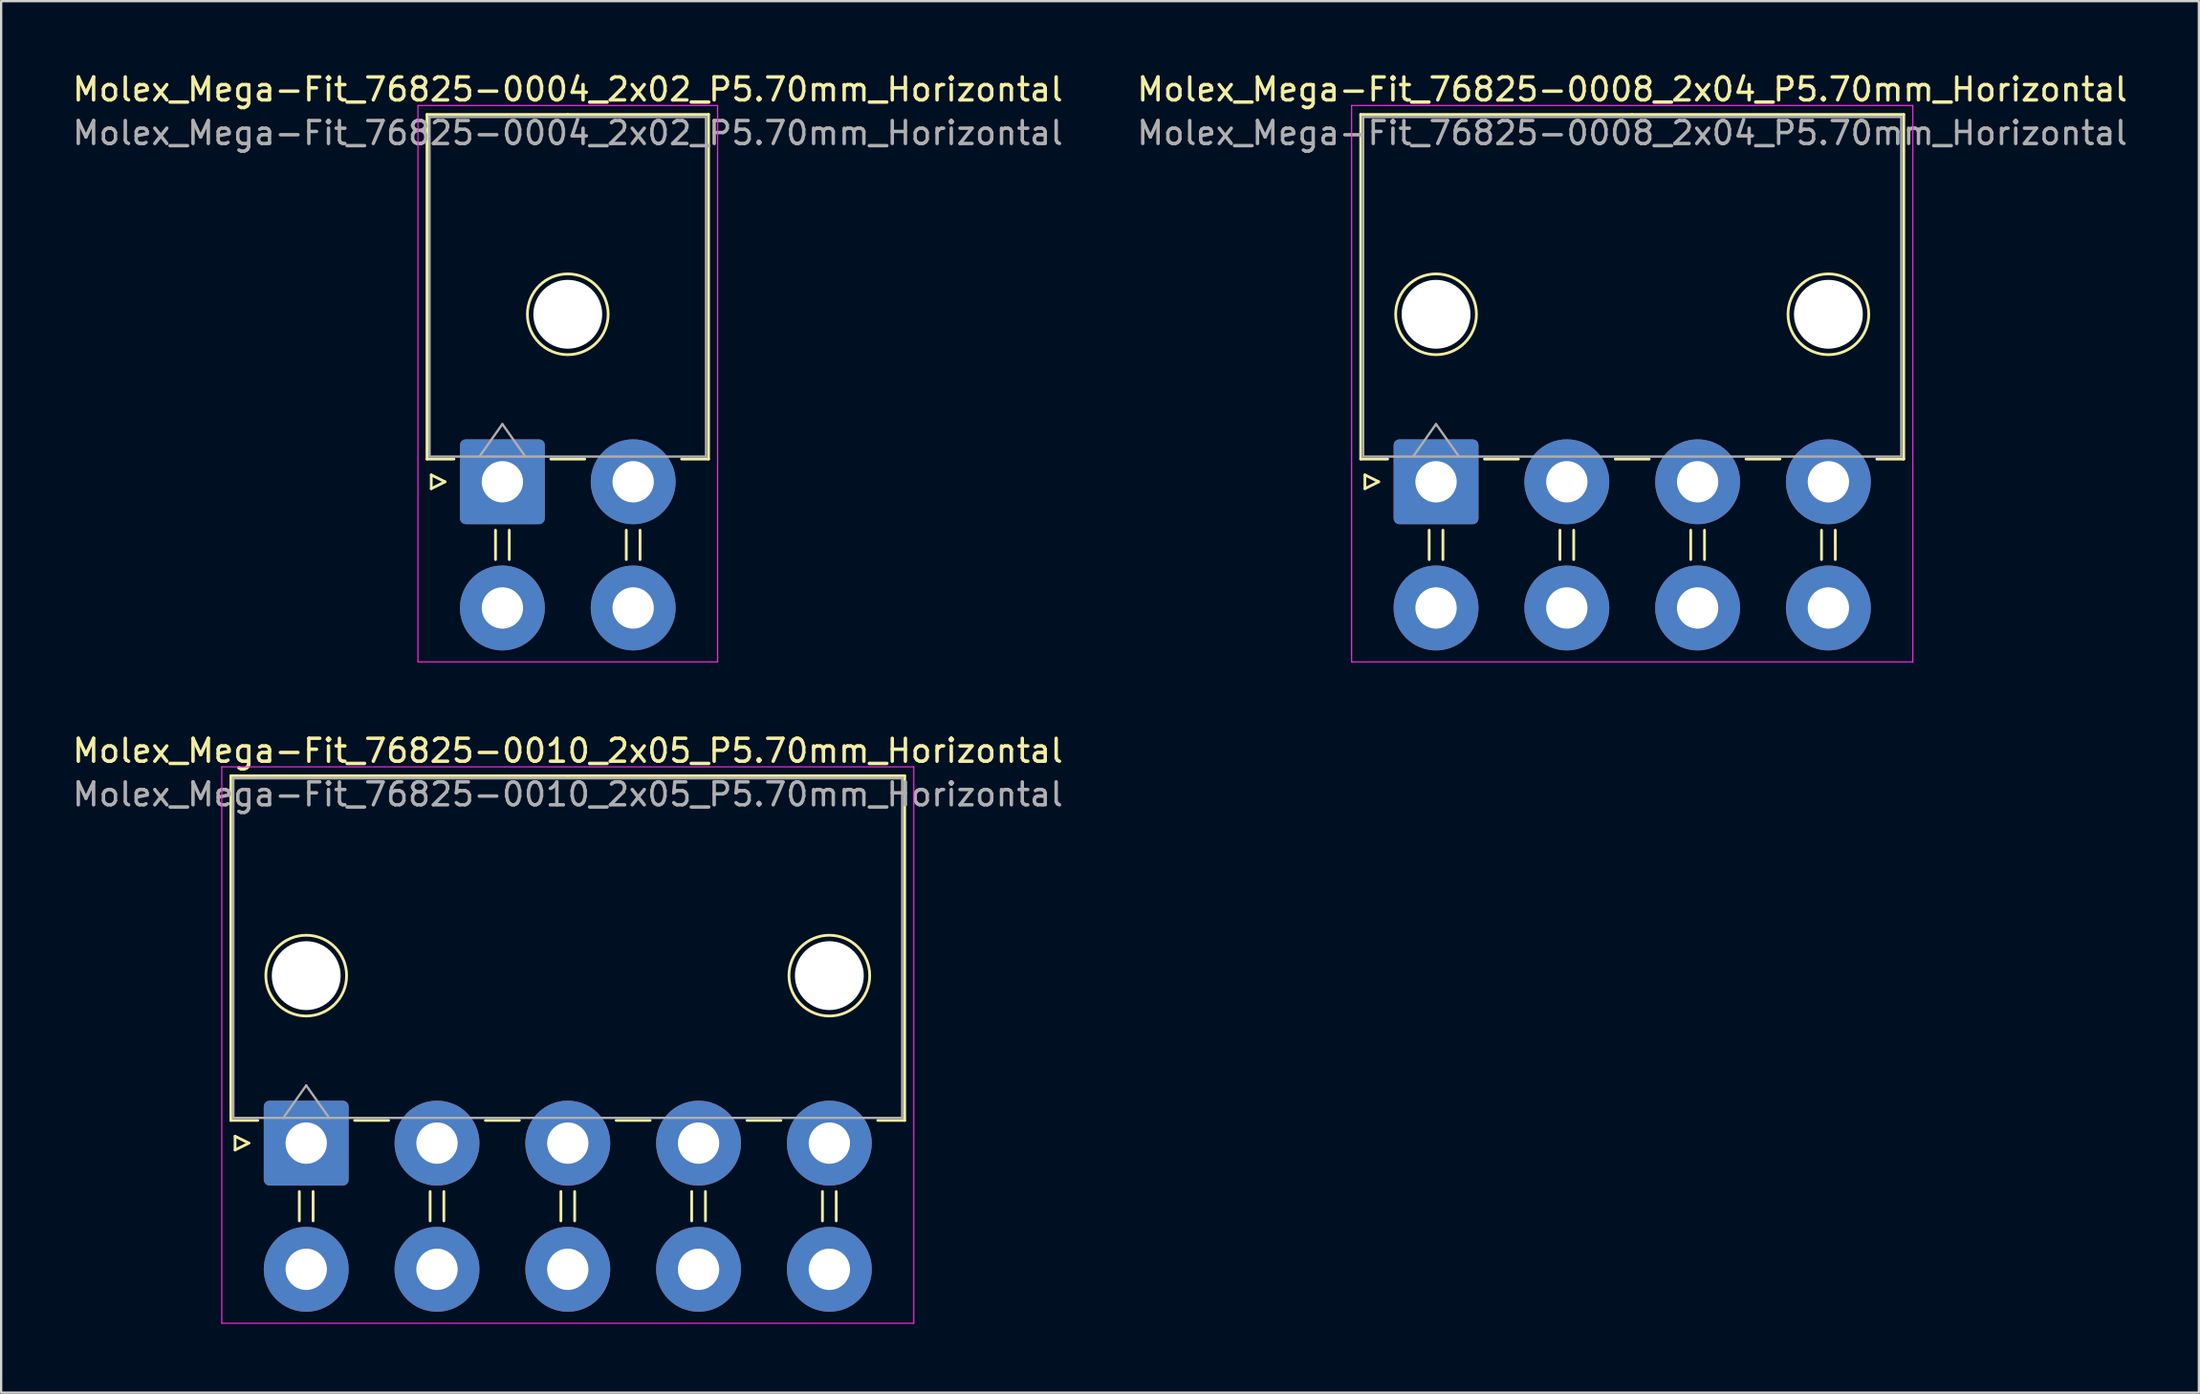
<source format=kicad_pcb>
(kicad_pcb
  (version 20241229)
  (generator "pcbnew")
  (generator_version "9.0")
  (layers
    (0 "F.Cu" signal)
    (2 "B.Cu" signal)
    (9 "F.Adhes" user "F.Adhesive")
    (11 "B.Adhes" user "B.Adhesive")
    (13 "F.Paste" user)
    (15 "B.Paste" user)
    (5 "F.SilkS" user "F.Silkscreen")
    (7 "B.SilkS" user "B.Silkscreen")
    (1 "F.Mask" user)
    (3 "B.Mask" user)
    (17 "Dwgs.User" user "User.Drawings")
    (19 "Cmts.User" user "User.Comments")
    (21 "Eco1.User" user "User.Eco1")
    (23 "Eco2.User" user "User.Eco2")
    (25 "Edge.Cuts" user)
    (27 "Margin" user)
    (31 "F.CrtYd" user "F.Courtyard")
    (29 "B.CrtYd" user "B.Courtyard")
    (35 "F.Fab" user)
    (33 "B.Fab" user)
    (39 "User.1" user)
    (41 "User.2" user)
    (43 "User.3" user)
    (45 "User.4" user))
  (footprint "Molex_Mega-Fit_76825-0010_2x05_P5.70mm_Horizontal"
    (layer "F.Cu")
    (at 10.296 46.772)
    (property "Reference" "Molex_Mega-Fit_76825-0010_2x05_P5.70mm_Horizontal" (at 11.4 -17.1 0) (layer "F.SilkS") (effects (font (size 1 1) (thickness 0.15))))
    (attr through_hole)
    (fp_line (start -3.285 -16.01) (end -3.285 -0.99) (stroke (width 0.12) (type solid)) (layer "F.SilkS"))
    (fp_line (start -3.285 -0.99) (end -2.11 -0.99) (stroke (width 0.12) (type solid)) (layer "F.SilkS"))
    (fp_line (start -3.1 -0.3) (end -2.5 0) (stroke (width 0.12) (type solid)) (layer "F.SilkS"))
    (fp_line (start -3.1 0.3) (end -3.1 -0.3) (stroke (width 0.12) (type solid)) (layer "F.SilkS"))
    (fp_line (start -2.5 0) (end -3.1 0.3) (stroke (width 0.12) (type solid)) (layer "F.SilkS"))
    (fp_line (start -0.3 2.11) (end -0.3 3.39) (stroke (width 0.12) (type solid)) (layer "F.SilkS"))
    (fp_line (start 0.3 2.11) (end 0.3 3.39) (stroke (width 0.12) (type solid)) (layer "F.SilkS"))
    (fp_line (start 2.11 -0.99) (end 3.59 -0.99) (stroke (width 0.12) (type solid)) (layer "F.SilkS"))
    (fp_line (start 5.4 2.11) (end 5.4 3.39) (stroke (width 0.12) (type solid)) (layer "F.SilkS"))
    (fp_line (start 6 2.11) (end 6 3.39) (stroke (width 0.12) (type solid)) (layer "F.SilkS"))
    (fp_line (start 7.81 -0.99) (end 9.29 -0.99) (stroke (width 0.12) (type solid)) (layer "F.SilkS"))
    (fp_line (start 11.1 2.11) (end 11.1 3.39) (stroke (width 0.12) (type solid)) (layer "F.SilkS"))
    (fp_line (start 11.4 -16.01) (end -3.285 -16.01) (stroke (width 0.12) (type solid)) (layer "F.SilkS"))
    (fp_line (start 11.4 -16.01) (end 26.085 -16.01) (stroke (width 0.12) (type solid)) (layer "F.SilkS"))
    (fp_line (start 11.7 2.11) (end 11.7 3.39) (stroke (width 0.12) (type solid)) (layer "F.SilkS"))
    (fp_line (start 13.51 -0.99) (end 14.99 -0.99) (stroke (width 0.12) (type solid)) (layer "F.SilkS"))
    (fp_line (start 16.8 2.11) (end 16.8 3.39) (stroke (width 0.12) (type solid)) (layer "F.SilkS"))
    (fp_line (start 17.4 2.11) (end 17.4 3.39) (stroke (width 0.12) (type solid)) (layer "F.SilkS"))
    (fp_line (start 19.21 -0.99) (end 20.69 -0.99) (stroke (width 0.12) (type solid)) (layer "F.SilkS"))
    (fp_line (start 22.5 2.11) (end 22.5 3.39) (stroke (width 0.12) (type solid)) (layer "F.SilkS"))
    (fp_line (start 23.1 2.11) (end 23.1 3.39) (stroke (width 0.12) (type solid)) (layer "F.SilkS"))
    (fp_line (start 26.085 -16.01) (end 26.085 -0.99) (stroke (width 0.12) (type solid)) (layer "F.SilkS"))
    (fp_line (start 26.085 -0.99) (end 24.91 -0.99) (stroke (width 0.12) (type solid)) (layer "F.SilkS"))
    (fp_circle (center 0 -7.3) (end 1.76 -7.3) (stroke (width 0.12) (type solid)) (fill no) (layer "F.SilkS"))
    (fp_circle (center 22.8 -7.3) (end 24.56 -7.3) (stroke (width 0.12) (type solid)) (fill no) (layer "F.SilkS"))
    (fp_line (start -3.68 -16.4) (end -3.68 7.85) (stroke (width 0.05) (type solid)) (layer "F.CrtYd"))
    (fp_line (start -3.68 7.85) (end 26.48 7.85) (stroke (width 0.05) (type solid)) (layer "F.CrtYd"))
    (fp_line (start 26.48 -16.4) (end -3.68 -16.4) (stroke (width 0.05) (type solid)) (layer "F.CrtYd"))
    (fp_line (start 26.48 7.85) (end 26.48 -16.4) (stroke (width 0.05) (type solid)) (layer "F.CrtYd"))
    (fp_line (start -3.175 -15.9) (end -3.175 -1.1) (stroke (width 0.1) (type solid)) (layer "F.Fab"))
    (fp_line (start -3.175 -1.1) (end 25.975 -1.1) (stroke (width 0.1) (type solid)) (layer "F.Fab"))
    (fp_line (start -1 -1.1) (end 0 -2.514) (stroke (width 0.1) (type solid)) (layer "F.Fab"))
    (fp_line (start 0 -2.514) (end 1 -1.1) (stroke (width 0.1) (type solid)) (layer "F.Fab"))
    (fp_line (start 25.975 -15.9) (end -3.175 -15.9) (stroke (width 0.1) (type solid)) (layer "F.Fab"))
    (fp_line (start 25.975 -1.1) (end 25.975 -15.9) (stroke (width 0.1) (type solid)) (layer "F.Fab"))
    (fp_text user "${REFERENCE}" (at 11.4 -15.2 0) (layer "F.Fab") (effects (font (size 1 1) (thickness 0.15))))
    (pad "" np_thru_hole circle (at 0 -7.3) (size 3 3) (drill 3) (layers "*.Cu" "*.Mask"))
    (pad "" np_thru_hole circle (at 22.8 -7.3) (size 3 3) (drill 3) (layers "*.Cu" "*.Mask"))
    (pad "1" thru_hole roundrect (at 0 0) (size 3.7 3.7) (drill 1.8) (layers "*.Cu" "*.Mask") (roundrect_rratio 0.068))
    (pad "2" thru_hole circle (at 5.7 0) (size 3.7 3.7) (drill 1.8) (layers "*.Cu" "*.Mask"))
    (pad "3" thru_hole circle (at 11.4 0) (size 3.7 3.7) (drill 1.8) (layers "*.Cu" "*.Mask"))
    (pad "4" thru_hole circle (at 17.1 0) (size 3.7 3.7) (drill 1.8) (layers "*.Cu" "*.Mask"))
    (pad "5" thru_hole circle (at 22.8 0) (size 3.7 3.7) (drill 1.8) (layers "*.Cu" "*.Mask"))
    (pad "6" thru_hole circle (at 0 5.5) (size 3.7 3.7) (drill 1.8) (layers "*.Cu" "*.Mask"))
    (pad "7" thru_hole circle (at 5.7 5.5) (size 3.7 3.7) (drill 1.8) (layers "*.Cu" "*.Mask"))
    (pad "8" thru_hole circle (at 11.4 5.5) (size 3.7 3.7) (drill 1.8) (layers "*.Cu" "*.Mask"))
    (pad "9" thru_hole circle (at 17.1 5.5) (size 3.7 3.7) (drill 1.8) (layers "*.Cu" "*.Mask"))
    (pad "10" thru_hole circle (at 22.8 5.5) (size 3.7 3.7) (drill 1.8) (layers "*.Cu" "*.Mask")))
  (footprint "Molex_Mega-Fit_76825-0004_2x02_P5.70mm_Horizontal"
    (layer "F.Cu")
    (at 18.846 17.948)
    (property "Reference" "Molex_Mega-Fit_76825-0004_2x02_P5.70mm_Horizontal" (at 2.85 -17.1 0) (layer "F.SilkS") (effects (font (size 1 1) (thickness 0.15))))
    (attr through_hole)
    (fp_line (start -3.285 -16.01) (end -3.285 -0.99) (stroke (width 0.12) (type solid)) (layer "F.SilkS"))
    (fp_line (start -3.285 -0.99) (end -2.11 -0.99) (stroke (width 0.12) (type solid)) (layer "F.SilkS"))
    (fp_line (start -3.1 -0.3) (end -2.5 0) (stroke (width 0.12) (type solid)) (layer "F.SilkS"))
    (fp_line (start -3.1 0.3) (end -3.1 -0.3) (stroke (width 0.12) (type solid)) (layer "F.SilkS"))
    (fp_line (start -2.5 0) (end -3.1 0.3) (stroke (width 0.12) (type solid)) (layer "F.SilkS"))
    (fp_line (start -0.3 2.11) (end -0.3 3.39) (stroke (width 0.12) (type solid)) (layer "F.SilkS"))
    (fp_line (start 0.3 2.11) (end 0.3 3.39) (stroke (width 0.12) (type solid)) (layer "F.SilkS"))
    (fp_line (start 2.11 -0.99) (end 3.59 -0.99) (stroke (width 0.12) (type solid)) (layer "F.SilkS"))
    (fp_line (start 2.85 -16.01) (end -3.285 -16.01) (stroke (width 0.12) (type solid)) (layer "F.SilkS"))
    (fp_line (start 2.85 -16.01) (end 8.985 -16.01) (stroke (width 0.12) (type solid)) (layer "F.SilkS"))
    (fp_line (start 5.4 2.11) (end 5.4 3.39) (stroke (width 0.12) (type solid)) (layer "F.SilkS"))
    (fp_line (start 6 2.11) (end 6 3.39) (stroke (width 0.12) (type solid)) (layer "F.SilkS"))
    (fp_line (start 8.985 -16.01) (end 8.985 -0.99) (stroke (width 0.12) (type solid)) (layer "F.SilkS"))
    (fp_line (start 8.985 -0.99) (end 7.81 -0.99) (stroke (width 0.12) (type solid)) (layer "F.SilkS"))
    (fp_circle (center 2.85 -7.3) (end 4.61 -7.3) (stroke (width 0.12) (type solid)) (fill no) (layer "F.SilkS"))
    (fp_line (start -3.68 -16.4) (end -3.68 7.85) (stroke (width 0.05) (type solid)) (layer "F.CrtYd"))
    (fp_line (start -3.68 7.85) (end 9.38 7.85) (stroke (width 0.05) (type solid)) (layer "F.CrtYd"))
    (fp_line (start 9.38 -16.4) (end -3.68 -16.4) (stroke (width 0.05) (type solid)) (layer "F.CrtYd"))
    (fp_line (start 9.38 7.85) (end 9.38 -16.4) (stroke (width 0.05) (type solid)) (layer "F.CrtYd"))
    (fp_line (start -3.175 -15.9) (end -3.175 -1.1) (stroke (width 0.1) (type solid)) (layer "F.Fab"))
    (fp_line (start -3.175 -1.1) (end 8.875 -1.1) (stroke (width 0.1) (type solid)) (layer "F.Fab"))
    (fp_line (start -1 -1.1) (end 0 -2.514) (stroke (width 0.1) (type solid)) (layer "F.Fab"))
    (fp_line (start 0 -2.514) (end 1 -1.1) (stroke (width 0.1) (type solid)) (layer "F.Fab"))
    (fp_line (start 8.875 -15.9) (end -3.175 -15.9) (stroke (width 0.1) (type solid)) (layer "F.Fab"))
    (fp_line (start 8.875 -1.1) (end 8.875 -15.9) (stroke (width 0.1) (type solid)) (layer "F.Fab"))
    (fp_text user "${REFERENCE}" (at 2.85 -15.2 0) (layer "F.Fab") (effects (font (size 1 1) (thickness 0.15))))
    (pad "" np_thru_hole circle (at 2.85 -7.3) (size 3 3) (drill 3) (layers "*.Cu" "*.Mask"))
    (pad "1" thru_hole roundrect (at 0 0) (size 3.7 3.7) (drill 1.8) (layers "*.Cu" "*.Mask") (roundrect_rratio 0.068))
    (pad "2" thru_hole circle (at 5.7 0) (size 3.7 3.7) (drill 1.8) (layers "*.Cu" "*.Mask"))
    (pad "3" thru_hole circle (at 0 5.5) (size 3.7 3.7) (drill 1.8) (layers "*.Cu" "*.Mask"))
    (pad "4" thru_hole circle (at 5.7 5.5) (size 3.7 3.7) (drill 1.8) (layers "*.Cu" "*.Mask")))
  (footprint "Molex_Mega-Fit_76825-0008_2x04_P5.70mm_Horizontal"
    (layer "F.Cu")
    (at 59.539 17.948)
    (property "Reference" "Molex_Mega-Fit_76825-0008_2x04_P5.70mm_Horizontal" (at 8.55 -17.1 0) (layer "F.SilkS") (effects (font (size 1 1) (thickness 0.15))))
    (attr through_hole)
    (fp_line (start -3.285 -16.01) (end -3.285 -0.99) (stroke (width 0.12) (type solid)) (layer "F.SilkS"))
    (fp_line (start -3.285 -0.99) (end -2.11 -0.99) (stroke (width 0.12) (type solid)) (layer "F.SilkS"))
    (fp_line (start -3.1 -0.3) (end -2.5 0) (stroke (width 0.12) (type solid)) (layer "F.SilkS"))
    (fp_line (start -3.1 0.3) (end -3.1 -0.3) (stroke (width 0.12) (type solid)) (layer "F.SilkS"))
    (fp_line (start -2.5 0) (end -3.1 0.3) (stroke (width 0.12) (type solid)) (layer "F.SilkS"))
    (fp_line (start -0.3 2.11) (end -0.3 3.39) (stroke (width 0.12) (type solid)) (layer "F.SilkS"))
    (fp_line (start 0.3 2.11) (end 0.3 3.39) (stroke (width 0.12) (type solid)) (layer "F.SilkS"))
    (fp_line (start 2.11 -0.99) (end 3.59 -0.99) (stroke (width 0.12) (type solid)) (layer "F.SilkS"))
    (fp_line (start 5.4 2.11) (end 5.4 3.39) (stroke (width 0.12) (type solid)) (layer "F.SilkS"))
    (fp_line (start 6 2.11) (end 6 3.39) (stroke (width 0.12) (type solid)) (layer "F.SilkS"))
    (fp_line (start 7.81 -0.99) (end 9.29 -0.99) (stroke (width 0.12) (type solid)) (layer "F.SilkS"))
    (fp_line (start 8.55 -16.01) (end -3.285 -16.01) (stroke (width 0.12) (type solid)) (layer "F.SilkS"))
    (fp_line (start 8.55 -16.01) (end 20.385 -16.01) (stroke (width 0.12) (type solid)) (layer "F.SilkS"))
    (fp_line (start 11.1 2.11) (end 11.1 3.39) (stroke (width 0.12) (type solid)) (layer "F.SilkS"))
    (fp_line (start 11.7 2.11) (end 11.7 3.39) (stroke (width 0.12) (type solid)) (layer "F.SilkS"))
    (fp_line (start 13.51 -0.99) (end 14.99 -0.99) (stroke (width 0.12) (type solid)) (layer "F.SilkS"))
    (fp_line (start 16.8 2.11) (end 16.8 3.39) (stroke (width 0.12) (type solid)) (layer "F.SilkS"))
    (fp_line (start 17.4 2.11) (end 17.4 3.39) (stroke (width 0.12) (type solid)) (layer "F.SilkS"))
    (fp_line (start 20.385 -16.01) (end 20.385 -0.99) (stroke (width 0.12) (type solid)) (layer "F.SilkS"))
    (fp_line (start 20.385 -0.99) (end 19.21 -0.99) (stroke (width 0.12) (type solid)) (layer "F.SilkS"))
    (fp_circle (center 0 -7.3) (end 1.76 -7.3) (stroke (width 0.12) (type solid)) (fill no) (layer "F.SilkS"))
    (fp_circle (center 17.1 -7.3) (end 18.86 -7.3) (stroke (width 0.12) (type solid)) (fill no) (layer "F.SilkS"))
    (fp_line (start -3.68 -16.4) (end -3.68 7.85) (stroke (width 0.05) (type solid)) (layer "F.CrtYd"))
    (fp_line (start -3.68 7.85) (end 20.78 7.85) (stroke (width 0.05) (type solid)) (layer "F.CrtYd"))
    (fp_line (start 20.78 -16.4) (end -3.68 -16.4) (stroke (width 0.05) (type solid)) (layer "F.CrtYd"))
    (fp_line (start 20.78 7.85) (end 20.78 -16.4) (stroke (width 0.05) (type solid)) (layer "F.CrtYd"))
    (fp_line (start -3.175 -15.9) (end -3.175 -1.1) (stroke (width 0.1) (type solid)) (layer "F.Fab"))
    (fp_line (start -3.175 -1.1) (end 20.275 -1.1) (stroke (width 0.1) (type solid)) (layer "F.Fab"))
    (fp_line (start -1 -1.1) (end 0 -2.514) (stroke (width 0.1) (type solid)) (layer "F.Fab"))
    (fp_line (start 0 -2.514) (end 1 -1.1) (stroke (width 0.1) (type solid)) (layer "F.Fab"))
    (fp_line (start 20.275 -15.9) (end -3.175 -15.9) (stroke (width 0.1) (type solid)) (layer "F.Fab"))
    (fp_line (start 20.275 -1.1) (end 20.275 -15.9) (stroke (width 0.1) (type solid)) (layer "F.Fab"))
    (fp_text user "${REFERENCE}" (at 8.55 -15.2 0) (layer "F.Fab") (effects (font (size 1 1) (thickness 0.15))))
    (pad "" np_thru_hole circle (at 0 -7.3) (size 3 3) (drill 3) (layers "*.Cu" "*.Mask"))
    (pad "" np_thru_hole circle (at 17.1 -7.3) (size 3 3) (drill 3) (layers "*.Cu" "*.Mask"))
    (pad "1" thru_hole roundrect (at 0 0) (size 3.7 3.7) (drill 1.8) (layers "*.Cu" "*.Mask") (roundrect_rratio 0.068))
    (pad "2" thru_hole circle (at 5.7 0) (size 3.7 3.7) (drill 1.8) (layers "*.Cu" "*.Mask"))
    (pad "3" thru_hole circle (at 11.4 0) (size 3.7 3.7) (drill 1.8) (layers "*.Cu" "*.Mask"))
    (pad "4" thru_hole circle (at 17.1 0) (size 3.7 3.7) (drill 1.8) (layers "*.Cu" "*.Mask"))
    (pad "5" thru_hole circle (at 0 5.5) (size 3.7 3.7) (drill 1.8) (layers "*.Cu" "*.Mask"))
    (pad "6" thru_hole circle (at 5.7 5.5) (size 3.7 3.7) (drill 1.8) (layers "*.Cu" "*.Mask"))
    (pad "7" thru_hole circle (at 11.4 5.5) (size 3.7 3.7) (drill 1.8) (layers "*.Cu" "*.Mask"))
    (pad "8" thru_hole circle (at 17.1 5.5) (size 3.7 3.7) (drill 1.8) (layers "*.Cu" "*.Mask")))
  (gr_rect
    (start -3 -3)
    (end 92.786 57.647)
    (stroke (width 0.1) (type default))
    (fill no)
    (layer "Edge.Cuts")))
</source>
